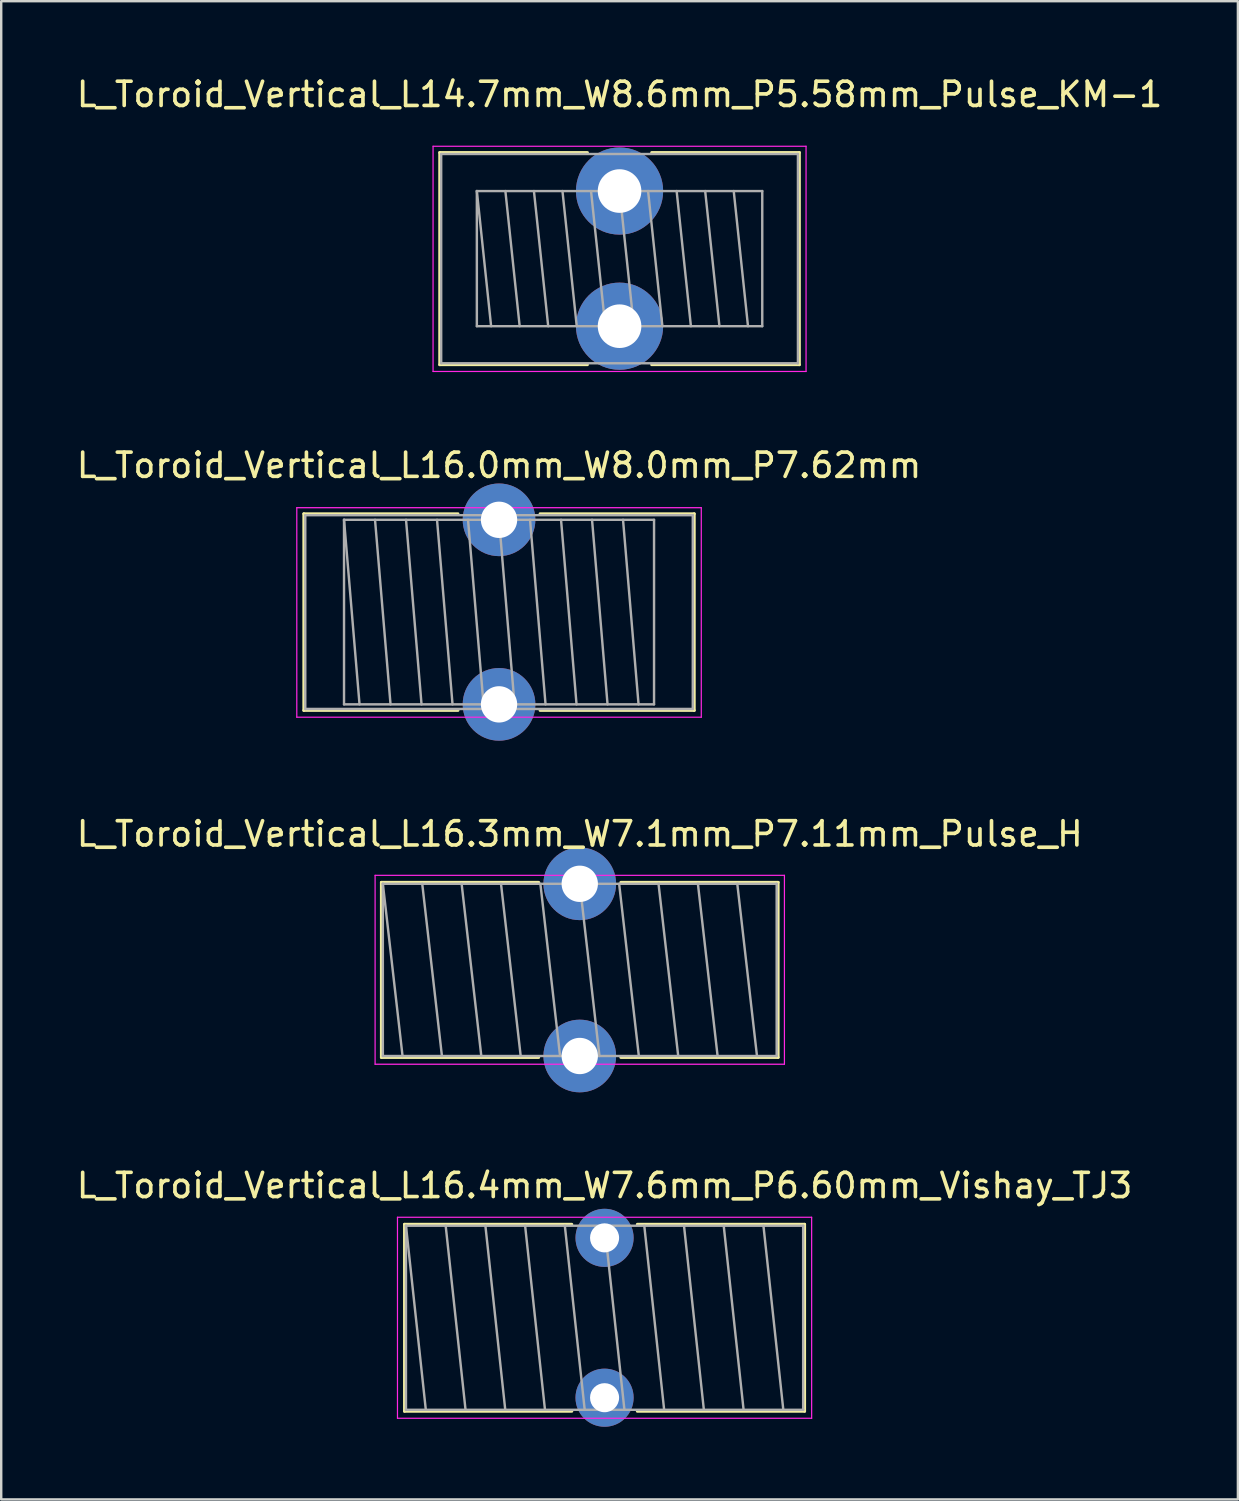
<source format=kicad_pcb>
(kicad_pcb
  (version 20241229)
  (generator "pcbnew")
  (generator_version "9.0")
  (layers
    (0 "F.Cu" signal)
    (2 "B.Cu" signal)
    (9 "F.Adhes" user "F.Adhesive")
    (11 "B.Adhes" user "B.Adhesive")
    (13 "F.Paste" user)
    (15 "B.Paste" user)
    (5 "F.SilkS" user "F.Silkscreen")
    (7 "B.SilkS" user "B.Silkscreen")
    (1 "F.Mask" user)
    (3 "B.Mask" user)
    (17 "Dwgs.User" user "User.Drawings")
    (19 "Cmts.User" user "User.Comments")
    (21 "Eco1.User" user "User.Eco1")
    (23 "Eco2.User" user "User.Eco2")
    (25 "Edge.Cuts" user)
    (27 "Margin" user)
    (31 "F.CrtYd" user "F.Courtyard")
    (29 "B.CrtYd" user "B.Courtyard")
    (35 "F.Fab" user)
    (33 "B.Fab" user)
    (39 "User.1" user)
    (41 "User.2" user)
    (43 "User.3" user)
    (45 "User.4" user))
  (footprint "L_Toroid_Vertical_L16.0mm_W8.0mm_P7.62mm"
    (layer "F.Cu")
    (at 17.554 18.412)
    (property "Reference" "L_Toroid_Vertical_L16.0mm_W8.0mm_P7.62mm" (at 0 -2.25 0) (layer "F.SilkS") (effects (font (size 1 1) (thickness 0.15))))
    (attr through_hole)
    (fp_line (start -8.06 -0.25) (end -8.06 7.87) (stroke (width 0.12) (type solid)) (layer "F.SilkS"))
    (fp_line (start -8.06 -0.25) (end -1.695 -0.25) (stroke (width 0.12) (type solid)) (layer "F.SilkS"))
    (fp_line (start -8.06 7.87) (end -1.695 7.87) (stroke (width 0.12) (type solid)) (layer "F.SilkS"))
    (fp_line (start 1.695 -0.25) (end 8.06 -0.25) (stroke (width 0.12) (type solid)) (layer "F.SilkS"))
    (fp_line (start 1.695 7.87) (end 8.06 7.87) (stroke (width 0.12) (type solid)) (layer "F.SilkS"))
    (fp_line (start 8.06 -0.25) (end 8.06 7.87) (stroke (width 0.12) (type solid)) (layer "F.SilkS"))
    (fp_line (start -8.35 -0.5) (end -8.35 8.15) (stroke (width 0.05) (type solid)) (layer "F.CrtYd"))
    (fp_line (start -8.35 8.15) (end 8.35 8.15) (stroke (width 0.05) (type solid)) (layer "F.CrtYd"))
    (fp_line (start 8.35 -0.5) (end -8.35 -0.5) (stroke (width 0.05) (type solid)) (layer "F.CrtYd"))
    (fp_line (start 8.35 8.15) (end 8.35 -0.5) (stroke (width 0.05) (type solid)) (layer "F.CrtYd"))
    (fp_line (start -8 -0.19) (end -8 7.81) (stroke (width 0.1) (type solid)) (layer "F.Fab"))
    (fp_line (start -8 7.81) (end 8 7.81) (stroke (width 0.1) (type solid)) (layer "F.Fab"))
    (fp_line (start -6.4 0) (end -6.4 7.62) (stroke (width 0.1) (type solid)) (layer "F.Fab"))
    (fp_line (start -6.4 0) (end -5.76 7.62) (stroke (width 0.1) (type solid)) (layer "F.Fab"))
    (fp_line (start -6.4 7.62) (end 6.4 7.62) (stroke (width 0.1) (type solid)) (layer "F.Fab"))
    (fp_line (start -5.12 0) (end -4.48 7.62) (stroke (width 0.1) (type solid)) (layer "F.Fab"))
    (fp_line (start -3.84 0) (end -3.2 7.62) (stroke (width 0.1) (type solid)) (layer "F.Fab"))
    (fp_line (start -2.56 0) (end -1.92 7.62) (stroke (width 0.1) (type solid)) (layer "F.Fab"))
    (fp_line (start -1.28 0) (end -0.64 7.62) (stroke (width 0.1) (type solid)) (layer "F.Fab"))
    (fp_line (start 0 0) (end 0.64 7.62) (stroke (width 0.1) (type solid)) (layer "F.Fab"))
    (fp_line (start 1.28 0) (end 1.92 7.62) (stroke (width 0.1) (type solid)) (layer "F.Fab"))
    (fp_line (start 2.56 0) (end 3.2 7.62) (stroke (width 0.1) (type solid)) (layer "F.Fab"))
    (fp_line (start 3.84 0) (end 4.48 7.62) (stroke (width 0.1) (type solid)) (layer "F.Fab"))
    (fp_line (start 5.12 0) (end 5.76 7.62) (stroke (width 0.1) (type solid)) (layer "F.Fab"))
    (fp_line (start 6.4 0) (end -6.4 0) (stroke (width 0.1) (type solid)) (layer "F.Fab"))
    (fp_line (start 6.4 7.62) (end 6.4 0) (stroke (width 0.1) (type solid)) (layer "F.Fab"))
    (fp_line (start 8 -0.19) (end -8 -0.19) (stroke (width 0.1) (type solid)) (layer "F.Fab"))
    (fp_line (start 8 7.81) (end 8 -0.19) (stroke (width 0.1) (type solid)) (layer "F.Fab"))
    (pad "1" thru_hole circle (at 0 0) (size 3 3) (drill 1.5) (layers "*.Cu" "*.Mask"))
    (pad "2" thru_hole circle (at 0 7.62) (size 3 3) (drill 1.5) (layers "*.Cu" "*.Mask")))
  (footprint "L_Toroid_Vertical_L14.7mm_W8.6mm_P5.58mm_Pulse_KM-1"
    (layer "F.Cu")
    (at 22.53 4.838)
    (property "Reference" "L_Toroid_Vertical_L14.7mm_W8.6mm_P5.58mm_Pulse_KM-1" (at 0 -3.99 0) (layer "F.SilkS") (effects (font (size 1 1) (thickness 0.15))))
    (attr through_hole)
    (fp_line (start -7.425 -1.59) (end -7.425 7.17) (stroke (width 0.12) (type solid)) (layer "F.SilkS"))
    (fp_line (start -7.425 -1.59) (end -1.325 -1.59) (stroke (width 0.12) (type solid)) (layer "F.SilkS"))
    (fp_line (start -7.425 7.17) (end -1.325 7.17) (stroke (width 0.12) (type solid)) (layer "F.SilkS"))
    (fp_line (start 1.325 -1.59) (end 7.425 -1.59) (stroke (width 0.12) (type solid)) (layer "F.SilkS"))
    (fp_line (start 1.325 7.17) (end 7.425 7.17) (stroke (width 0.12) (type solid)) (layer "F.SilkS"))
    (fp_line (start 7.425 -1.59) (end 7.425 7.17) (stroke (width 0.12) (type solid)) (layer "F.SilkS"))
    (fp_line (start -7.7 -1.85) (end -7.7 7.45) (stroke (width 0.05) (type solid)) (layer "F.CrtYd"))
    (fp_line (start -7.7 7.45) (end 7.7 7.45) (stroke (width 0.05) (type solid)) (layer "F.CrtYd"))
    (fp_line (start 7.7 -1.85) (end -7.7 -1.85) (stroke (width 0.05) (type solid)) (layer "F.CrtYd"))
    (fp_line (start 7.7 7.45) (end 7.7 -1.85) (stroke (width 0.05) (type solid)) (layer "F.CrtYd"))
    (fp_line (start -7.365 -1.53) (end -7.365 7.11) (stroke (width 0.1) (type solid)) (layer "F.Fab"))
    (fp_line (start -7.365 7.11) (end 7.365 7.11) (stroke (width 0.1) (type solid)) (layer "F.Fab"))
    (fp_line (start -5.892 0) (end -5.892 5.58) (stroke (width 0.1) (type solid)) (layer "F.Fab"))
    (fp_line (start -5.892 0) (end -5.303 5.58) (stroke (width 0.1) (type solid)) (layer "F.Fab"))
    (fp_line (start -5.892 5.58) (end 5.892 5.58) (stroke (width 0.1) (type solid)) (layer "F.Fab"))
    (fp_line (start -4.714 0) (end -4.124 5.58) (stroke (width 0.1) (type solid)) (layer "F.Fab"))
    (fp_line (start -3.535 0) (end -2.946 5.58) (stroke (width 0.1) (type solid)) (layer "F.Fab"))
    (fp_line (start -2.357 0) (end -1.768 5.58) (stroke (width 0.1) (type solid)) (layer "F.Fab"))
    (fp_line (start -1.178 0) (end -0.589 5.58) (stroke (width 0.1) (type solid)) (layer "F.Fab"))
    (fp_line (start 0 0) (end 0.589 5.58) (stroke (width 0.1) (type solid)) (layer "F.Fab"))
    (fp_line (start 1.178 0) (end 1.768 5.58) (stroke (width 0.1) (type solid)) (layer "F.Fab"))
    (fp_line (start 2.357 0) (end 2.946 5.58) (stroke (width 0.1) (type solid)) (layer "F.Fab"))
    (fp_line (start 3.535 0) (end 4.124 5.58) (stroke (width 0.1) (type solid)) (layer "F.Fab"))
    (fp_line (start 4.714 0) (end 5.303 5.58) (stroke (width 0.1) (type solid)) (layer "F.Fab"))
    (fp_line (start 5.892 0) (end -5.892 0) (stroke (width 0.1) (type solid)) (layer "F.Fab"))
    (fp_line (start 5.892 5.58) (end 5.892 0) (stroke (width 0.1) (type solid)) (layer "F.Fab"))
    (fp_line (start 7.365 -1.53) (end -7.365 -1.53) (stroke (width 0.1) (type solid)) (layer "F.Fab"))
    (fp_line (start 7.365 7.11) (end 7.365 -1.53) (stroke (width 0.1) (type solid)) (layer "F.Fab"))
    (pad "1" thru_hole circle (at 0 0) (size 3.6 3.6) (drill 1.8) (layers "*.Cu" "*.Mask"))
    (pad "2" thru_hole circle (at 0 5.58) (size 3.6 3.6) (drill 1.8) (layers "*.Cu" "*.Mask")))
  (footprint "L_Toroid_Vertical_L16.3mm_W7.1mm_P7.11mm_Pulse_H"
    (layer "F.Cu")
    (at 20.887 33.44)
    (property "Reference" "L_Toroid_Vertical_L16.3mm_W7.1mm_P7.11mm_Pulse_H" (at 0 -2.06 0) (layer "F.SilkS") (effects (font (size 1 1) (thickness 0.15))))
    (attr through_hole)
    (fp_line (start -8.191 -0.06) (end -8.191 7.17) (stroke (width 0.12) (type solid)) (layer "F.SilkS"))
    (fp_line (start -8.191 -0.06) (end -1.695 -0.06) (stroke (width 0.12) (type solid)) (layer "F.SilkS"))
    (fp_line (start -8.191 7.17) (end -1.695 7.17) (stroke (width 0.12) (type solid)) (layer "F.SilkS"))
    (fp_line (start 1.695 -0.06) (end 8.191 -0.06) (stroke (width 0.12) (type solid)) (layer "F.SilkS"))
    (fp_line (start 1.695 7.17) (end 8.191 7.17) (stroke (width 0.12) (type solid)) (layer "F.SilkS"))
    (fp_line (start 8.191 -0.06) (end 8.191 7.17) (stroke (width 0.12) (type solid)) (layer "F.SilkS"))
    (fp_line (start -8.45 -0.35) (end -8.45 7.45) (stroke (width 0.05) (type solid)) (layer "F.CrtYd"))
    (fp_line (start -8.45 7.45) (end 8.45 7.45) (stroke (width 0.05) (type solid)) (layer "F.CrtYd"))
    (fp_line (start 8.45 -0.35) (end -8.45 -0.35) (stroke (width 0.05) (type solid)) (layer "F.CrtYd"))
    (fp_line (start 8.45 7.45) (end 8.45 -0.35) (stroke (width 0.05) (type solid)) (layer "F.CrtYd"))
    (fp_line (start -8.13 0) (end -8.13 7.11) (stroke (width 0.1) (type solid)) (layer "F.Fab"))
    (fp_line (start -8.13 0) (end -7.317 7.11) (stroke (width 0.1) (type solid)) (layer "F.Fab"))
    (fp_line (start -8.13 7.11) (end 8.13 7.11) (stroke (width 0.1) (type solid)) (layer "F.Fab"))
    (fp_line (start -6.504 0) (end -5.691 7.11) (stroke (width 0.1) (type solid)) (layer "F.Fab"))
    (fp_line (start -4.878 0) (end -4.065 7.11) (stroke (width 0.1) (type solid)) (layer "F.Fab"))
    (fp_line (start -3.252 0) (end -2.439 7.11) (stroke (width 0.1) (type solid)) (layer "F.Fab"))
    (fp_line (start -1.626 0) (end -0.813 7.11) (stroke (width 0.1) (type solid)) (layer "F.Fab"))
    (fp_line (start 0 0) (end 0.813 7.11) (stroke (width 0.1) (type solid)) (layer "F.Fab"))
    (fp_line (start 1.626 0) (end 2.439 7.11) (stroke (width 0.1) (type solid)) (layer "F.Fab"))
    (fp_line (start 3.252 0) (end 4.065 7.11) (stroke (width 0.1) (type solid)) (layer "F.Fab"))
    (fp_line (start 4.878 0) (end 5.691 7.11) (stroke (width 0.1) (type solid)) (layer "F.Fab"))
    (fp_line (start 6.504 0) (end 7.317 7.11) (stroke (width 0.1) (type solid)) (layer "F.Fab"))
    (fp_line (start 8.13 0) (end -8.13 0) (stroke (width 0.1) (type solid)) (layer "F.Fab"))
    (fp_line (start 8.13 7.11) (end 8.13 0) (stroke (width 0.1) (type solid)) (layer "F.Fab"))
    (pad "1" thru_hole circle (at 0 0) (size 3 3) (drill 1.5) (layers "*.Cu" "*.Mask"))
    (pad "2" thru_hole circle (at 0 7.11) (size 3 3) (drill 1.5) (layers "*.Cu" "*.Mask")))
  (footprint "L_Toroid_Vertical_L16.4mm_W7.6mm_P6.60mm_Vishay_TJ3"
    (layer "F.Cu")
    (at 21.911 48.058)
    (property "Reference" "L_Toroid_Vertical_L16.4mm_W7.6mm_P6.60mm_Vishay_TJ3" (at 0 -2.16 0) (layer "F.SilkS") (effects (font (size 1 1) (thickness 0.15))))
    (attr through_hole)
    (fp_line (start -8.26 -0.56) (end -8.26 7.16) (stroke (width 0.12) (type solid)) (layer "F.SilkS"))
    (fp_line (start -8.26 -0.56) (end -1.352 -0.56) (stroke (width 0.12) (type solid)) (layer "F.SilkS"))
    (fp_line (start -8.26 7.16) (end -1.352 7.16) (stroke (width 0.12) (type solid)) (layer "F.SilkS"))
    (fp_line (start 1.352 -0.56) (end 8.26 -0.56) (stroke (width 0.12) (type solid)) (layer "F.SilkS"))
    (fp_line (start 1.352 7.16) (end 8.26 7.16) (stroke (width 0.12) (type solid)) (layer "F.SilkS"))
    (fp_line (start 8.26 -0.56) (end 8.26 7.16) (stroke (width 0.12) (type solid)) (layer "F.SilkS"))
    (fp_line (start -8.55 -0.85) (end -8.55 7.45) (stroke (width 0.05) (type solid)) (layer "F.CrtYd"))
    (fp_line (start -8.55 7.45) (end 8.55 7.45) (stroke (width 0.05) (type solid)) (layer "F.CrtYd"))
    (fp_line (start 8.55 -0.85) (end -8.55 -0.85) (stroke (width 0.05) (type solid)) (layer "F.CrtYd"))
    (fp_line (start 8.55 7.45) (end 8.55 -0.85) (stroke (width 0.05) (type solid)) (layer "F.CrtYd"))
    (fp_line (start -8.2 -0.5) (end -8.2 7.1) (stroke (width 0.1) (type solid)) (layer "F.Fab"))
    (fp_line (start -8.2 -0.5) (end -7.38 7.1) (stroke (width 0.1) (type solid)) (layer "F.Fab"))
    (fp_line (start -8.2 7.1) (end 8.2 7.1) (stroke (width 0.1) (type solid)) (layer "F.Fab"))
    (fp_line (start -6.56 -0.5) (end -5.74 7.1) (stroke (width 0.1) (type solid)) (layer "F.Fab"))
    (fp_line (start -4.92 -0.5) (end -4.1 7.1) (stroke (width 0.1) (type solid)) (layer "F.Fab"))
    (fp_line (start -3.28 -0.5) (end -2.46 7.1) (stroke (width 0.1) (type solid)) (layer "F.Fab"))
    (fp_line (start -1.64 -0.5) (end -0.82 7.1) (stroke (width 0.1) (type solid)) (layer "F.Fab"))
    (fp_line (start 0 -0.5) (end 0.82 7.1) (stroke (width 0.1) (type solid)) (layer "F.Fab"))
    (fp_line (start 1.64 -0.5) (end 2.46 7.1) (stroke (width 0.1) (type solid)) (layer "F.Fab"))
    (fp_line (start 3.28 -0.5) (end 4.1 7.1) (stroke (width 0.1) (type solid)) (layer "F.Fab"))
    (fp_line (start 4.92 -0.5) (end 5.74 7.1) (stroke (width 0.1) (type solid)) (layer "F.Fab"))
    (fp_line (start 6.56 -0.5) (end 7.38 7.1) (stroke (width 0.1) (type solid)) (layer "F.Fab"))
    (fp_line (start 8.2 -0.5) (end -8.2 -0.5) (stroke (width 0.1) (type solid)) (layer "F.Fab"))
    (fp_line (start 8.2 7.1) (end 8.2 -0.5) (stroke (width 0.1) (type solid)) (layer "F.Fab"))
    (pad "1" thru_hole circle (at 0 0) (size 2.4 2.4) (drill 1.2) (layers "*.Cu" "*.Mask"))
    (pad "2" thru_hole circle (at 0 6.6) (size 2.4 2.4) (drill 1.2) (layers "*.Cu" "*.Mask")))
  (gr_rect
    (start -3 -3)
    (end 48.06 58.858)
    (stroke (width 0.1) (type default))
    (fill no)
    (layer "Edge.Cuts")))
</source>
